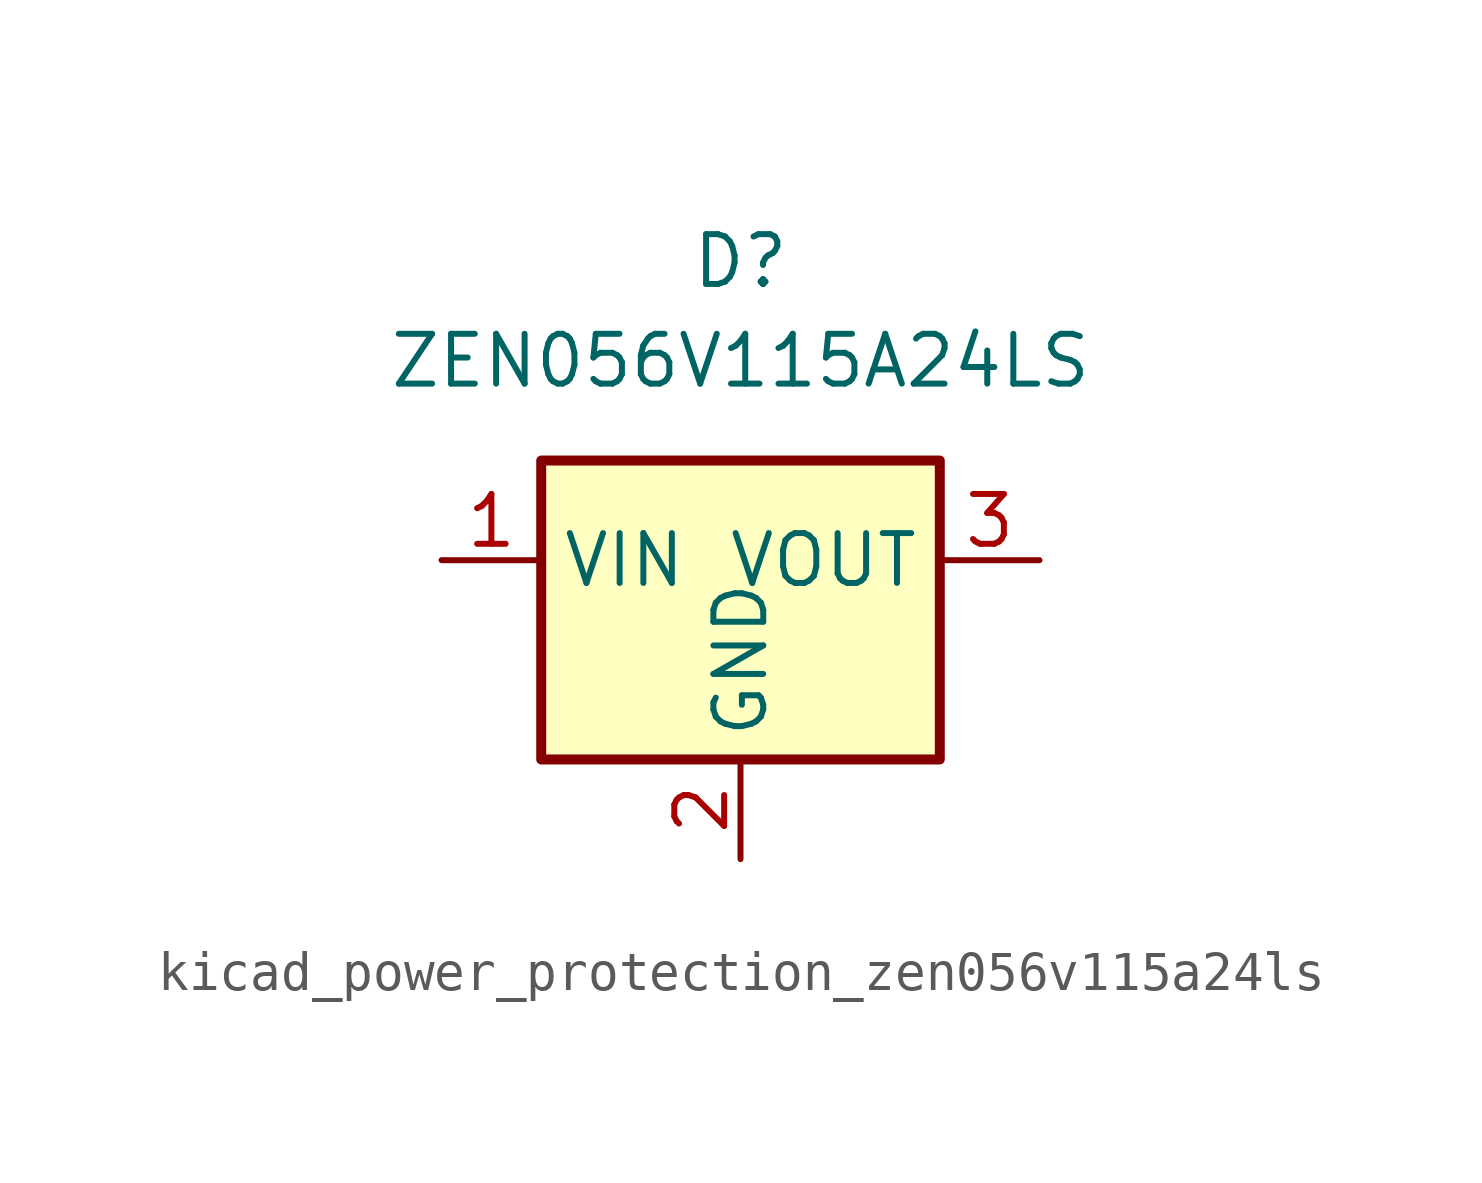
<source format=kicad_sym>
(kicad_symbol_lib
  (version 20220914)
  (generator kicad_symbol_editor)
  (symbol "kicad_power_protection_zen056v115a24ls"
    (property "Reference" "D"
      (at 0 10.16 0)
      (effects (font (size 1.27 1.27))))
    (property "Value" "ZEN056V115A24LS"
      (at 0 7.62 0)
      (effects (font (size 1.27 1.27))))
    (symbol "kicad_power_protection_zen056v115a24ls_0_1"
      (rectangle (start -5.08 5.08) (end 5.08 -2.54) (stroke (width 0.254) (type default)) (fill (type background))))
    (symbol "kicad_power_protection_zen056v115a24ls_1_1"
      (pin passive line (at -7.62 2.54 0) (length 2.54) (name "VIN" (effects (font (size 1.27 1.27)))) (number "1" (effects (font (size 1.27 1.27)))))
      (pin power_in line (at 0 -5.08 90) (length 2.54) (name "GND" (effects (font (size 1.27 1.27)))) (number "2" (effects (font (size 1.27 1.27)))))
      (pin passive line (at 7.62 2.54 180) (length 2.54) (name "VOUT" (effects (font (size 1.27 1.27)))) (number "3" (effects (font (size 1.27 1.27))))))))
</source>
